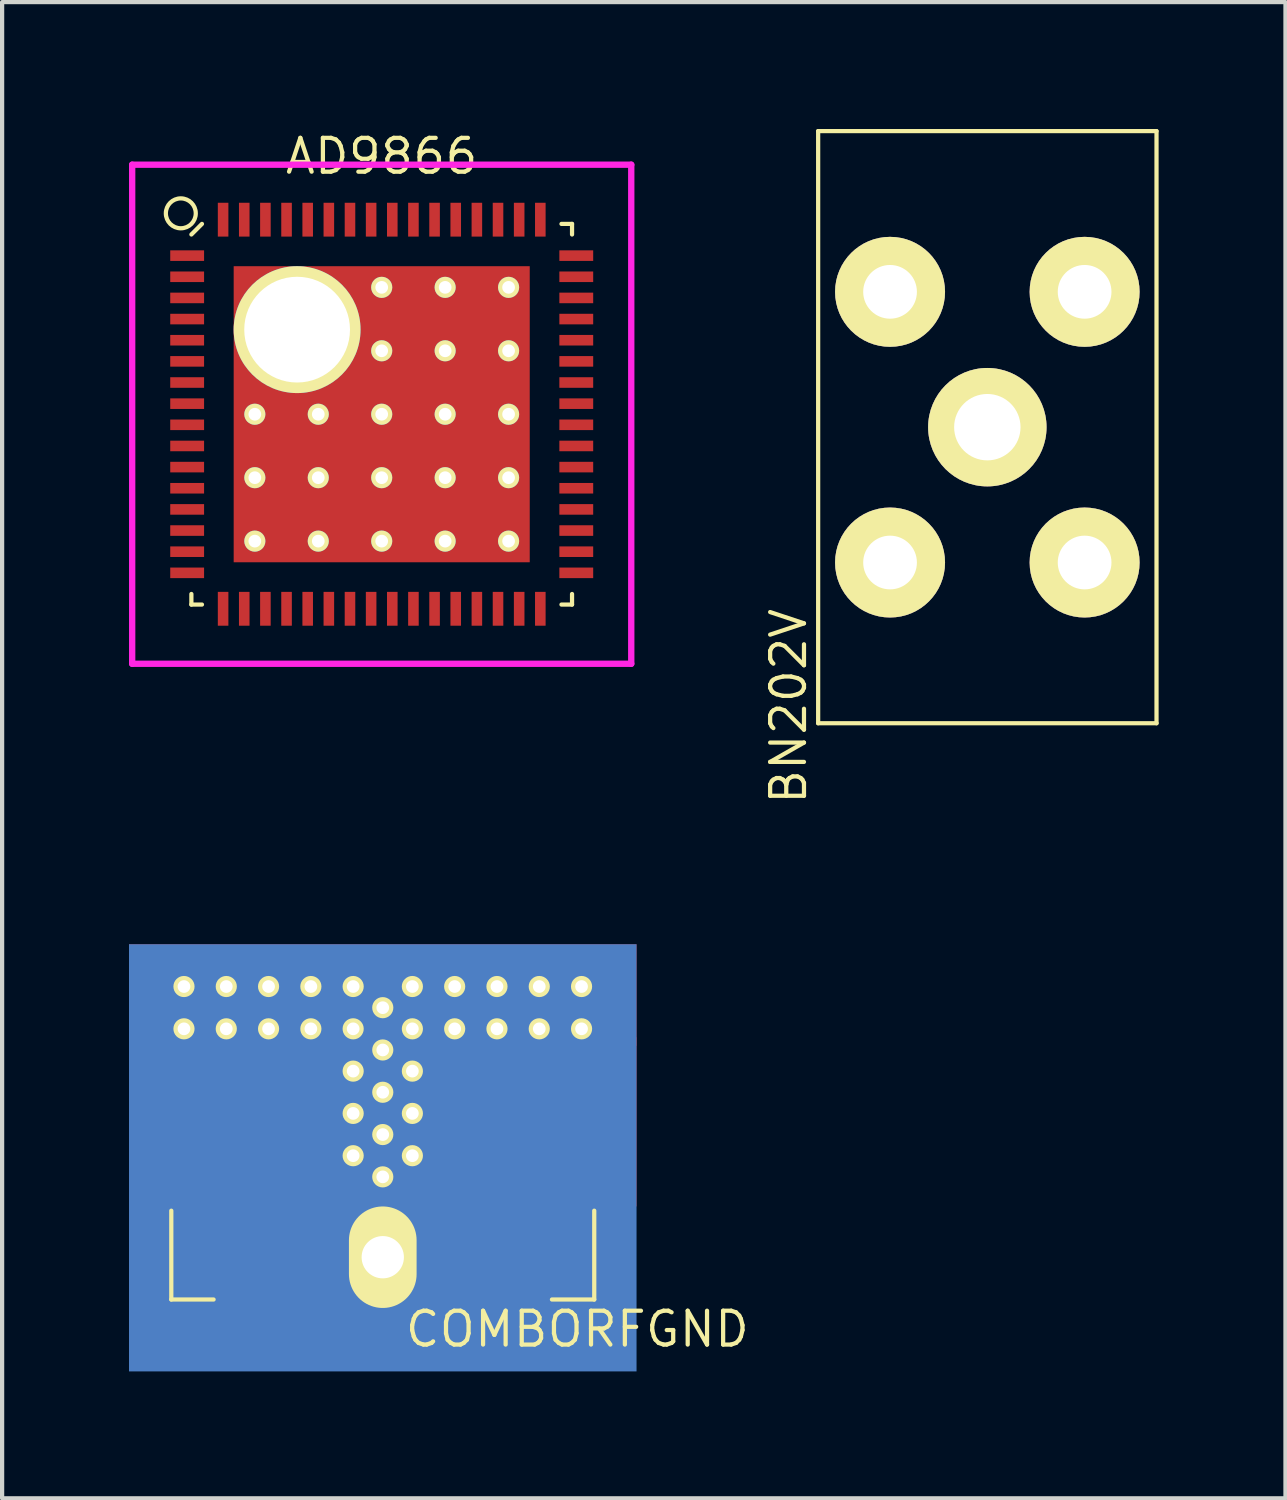
<source format=kicad_pcb>
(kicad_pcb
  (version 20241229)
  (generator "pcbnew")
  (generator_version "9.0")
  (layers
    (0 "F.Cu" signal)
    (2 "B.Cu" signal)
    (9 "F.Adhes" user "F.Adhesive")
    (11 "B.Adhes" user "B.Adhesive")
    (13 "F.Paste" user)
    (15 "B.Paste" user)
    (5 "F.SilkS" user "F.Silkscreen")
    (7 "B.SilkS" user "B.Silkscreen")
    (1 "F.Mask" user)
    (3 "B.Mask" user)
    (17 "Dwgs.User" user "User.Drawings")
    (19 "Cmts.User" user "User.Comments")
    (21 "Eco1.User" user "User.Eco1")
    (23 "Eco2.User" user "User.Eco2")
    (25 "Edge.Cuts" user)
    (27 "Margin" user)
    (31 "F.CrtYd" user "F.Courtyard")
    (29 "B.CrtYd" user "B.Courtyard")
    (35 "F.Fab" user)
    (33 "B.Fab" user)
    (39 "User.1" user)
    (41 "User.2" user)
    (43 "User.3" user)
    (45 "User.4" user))
  (footprint "AD9866"
    (layer "F.Cu")
    (at 5.975 6.744)
    (property "Reference" "AD9866" (at 0 -6.1 0) (layer "F.SilkS") (effects (font (size 0.8 0.8) (thickness 0.1))))
    (attr through_hole)
    (fp_line (start -4.5 -4.25) (end -4.25 -4.5) (stroke (width 0.1) (type solid)) (layer "F.SilkS"))
    (fp_line (start -4.5 4.5) (end -4.5 4.25) (stroke (width 0.1) (type solid)) (layer "F.SilkS"))
    (fp_line (start -4.25 4.5) (end -4.5 4.5) (stroke (width 0.1) (type solid)) (layer "F.SilkS"))
    (fp_line (start 4.25 -4.5) (end 4.5 -4.5) (stroke (width 0.1) (type solid)) (layer "F.SilkS"))
    (fp_line (start 4.25 4.5) (end 4.5 4.5) (stroke (width 0.1) (type solid)) (layer "F.SilkS"))
    (fp_line (start 4.5 -4.5) (end 4.5 -4.25) (stroke (width 0.1) (type solid)) (layer "F.SilkS"))
    (fp_line (start 4.5 4.5) (end 4.5 4.25) (stroke (width 0.1) (type solid)) (layer "F.SilkS"))
    (fp_circle (center -4.75 -4.75) (end -4.5 -4.5) (stroke (width 0.1) (type solid)) (fill no) (layer "F.SilkS"))
    (fp_line (start -5.9 -5.9) (end 5.9 -5.9) (stroke (width 0.15) (type solid)) (layer "F.CrtYd"))
    (fp_line (start -5.9 5.9) (end -5.9 -5.9) (stroke (width 0.15) (type solid)) (layer "F.CrtYd"))
    (fp_line (start 5.9 -5.9) (end 5.9 5.9) (stroke (width 0.15) (type solid)) (layer "F.CrtYd"))
    (fp_line (start 5.9 5.9) (end -5.9 5.9) (stroke (width 0.15) (type solid)) (layer "F.CrtYd"))
    (pad "1" smd rect (at -4.6 -3.75 90) (size 0.25 0.8) (layers "F.Cu" "F.Mask" "F.Paste"))
    (pad "2" smd rect (at -4.6 -3.25 90) (size 0.25 0.8) (layers "F.Cu" "F.Mask" "F.Paste"))
    (pad "3" smd rect (at -4.6 -2.75 90) (size 0.25 0.8) (layers "F.Cu" "F.Mask" "F.Paste"))
    (pad "4" smd rect (at -4.6 -2.25 90) (size 0.25 0.8) (layers "F.Cu" "F.Mask" "F.Paste"))
    (pad "5" smd rect (at -4.6 -1.75 90) (size 0.25 0.8) (layers "F.Cu" "F.Mask" "F.Paste"))
    (pad "6" smd rect (at -4.6 -1.25 90) (size 0.25 0.8) (layers "F.Cu" "F.Mask" "F.Paste"))
    (pad "7" smd rect (at -4.6 -0.75 90) (size 0.25 0.8) (layers "F.Cu" "F.Mask" "F.Paste"))
    (pad "8" smd rect (at -4.6 -0.25 90) (size 0.25 0.8) (layers "F.Cu" "F.Mask" "F.Paste"))
    (pad "9" smd rect (at -4.6 0.25 90) (size 0.25 0.8) (layers "F.Cu" "F.Mask" "F.Paste"))
    (pad "10" smd rect (at -4.6 0.75 90) (size 0.25 0.8) (layers "F.Cu" "F.Mask" "F.Paste"))
    (pad "11" smd rect (at -4.6 1.25 90) (size 0.25 0.8) (layers "F.Cu" "F.Mask" "F.Paste"))
    (pad "12" smd rect (at -4.6 1.75 90) (size 0.25 0.8) (layers "F.Cu" "F.Mask" "F.Paste"))
    (pad "13" smd rect (at -4.6 2.25 90) (size 0.25 0.8) (layers "F.Cu" "F.Mask" "F.Paste"))
    (pad "14" smd rect (at -4.6 2.75 90) (size 0.25 0.8) (layers "F.Cu" "F.Mask" "F.Paste"))
    (pad "15" smd rect (at -4.6 3.25 90) (size 0.25 0.8) (layers "F.Cu" "F.Mask" "F.Paste"))
    (pad "16" smd rect (at -4.6 3.75 90) (size 0.25 0.8) (layers "F.Cu" "F.Mask" "F.Paste"))
    (pad "17" smd rect (at -3.75 4.6) (size 0.25 0.8) (layers "F.Cu" "F.Mask" "F.Paste"))
    (pad "18" smd rect (at -3.25 4.6) (size 0.25 0.8) (layers "F.Cu" "F.Mask" "F.Paste"))
    (pad "19" smd rect (at -2.75 4.6) (size 0.25 0.8) (layers "F.Cu" "F.Mask" "F.Paste"))
    (pad "20" smd rect (at -2.25 4.6) (size 0.25 0.8) (layers "F.Cu" "F.Mask" "F.Paste"))
    (pad "21" smd rect (at -1.75 4.6) (size 0.25 0.8) (layers "F.Cu" "F.Mask" "F.Paste"))
    (pad "22" smd rect (at -1.25 4.6) (size 0.25 0.8) (layers "F.Cu" "F.Mask" "F.Paste"))
    (pad "23" smd rect (at -0.75 4.6) (size 0.25 0.8) (layers "F.Cu" "F.Mask" "F.Paste"))
    (pad "24" smd rect (at -0.25 4.6) (size 0.25 0.8) (layers "F.Cu" "F.Mask" "F.Paste"))
    (pad "25" smd rect (at 0.25 4.6) (size 0.25 0.8) (layers "F.Cu" "F.Mask" "F.Paste"))
    (pad "26" smd rect (at 0.75 4.6) (size 0.25 0.8) (layers "F.Cu" "F.Mask" "F.Paste"))
    (pad "27" smd rect (at 1.25 4.6) (size 0.25 0.8) (layers "F.Cu" "F.Mask" "F.Paste"))
    (pad "28" smd rect (at 1.75 4.6) (size 0.25 0.8) (layers "F.Cu" "F.Mask" "F.Paste"))
    (pad "29" smd rect (at 2.25 4.6) (size 0.25 0.8) (layers "F.Cu" "F.Mask" "F.Paste"))
    (pad "30" smd rect (at 2.75 4.6) (size 0.25 0.8) (layers "F.Cu" "F.Mask" "F.Paste"))
    (pad "31" smd rect (at 3.25 4.6) (size 0.25 0.8) (layers "F.Cu" "F.Mask" "F.Paste"))
    (pad "32" smd rect (at 3.75 4.6) (size 0.25 0.8) (layers "F.Cu" "F.Mask" "F.Paste"))
    (pad "33" smd rect (at 4.6 3.75 90) (size 0.25 0.8) (layers "F.Cu" "F.Mask" "F.Paste"))
    (pad "34" smd rect (at 4.6 3.25 90) (size 0.25 0.8) (layers "F.Cu" "F.Mask" "F.Paste"))
    (pad "35" smd rect (at 4.6 2.75 90) (size 0.25 0.8) (layers "F.Cu" "F.Mask" "F.Paste"))
    (pad "36" smd rect (at 4.6 2.25 90) (size 0.25 0.8) (layers "F.Cu" "F.Mask" "F.Paste"))
    (pad "37" smd rect (at 4.6 1.75 90) (size 0.25 0.8) (layers "F.Cu" "F.Mask" "F.Paste"))
    (pad "38" smd rect (at 4.6 1.25 90) (size 0.25 0.8) (layers "F.Cu" "F.Mask" "F.Paste"))
    (pad "39" smd rect (at 4.6 0.75 90) (size 0.25 0.8) (layers "F.Cu" "F.Mask" "F.Paste"))
    (pad "40" smd rect (at 4.6 0.25 90) (size 0.25 0.8) (layers "F.Cu" "F.Mask" "F.Paste"))
    (pad "41" smd rect (at 4.6 -0.25 90) (size 0.25 0.8) (layers "F.Cu" "F.Mask" "F.Paste"))
    (pad "42" smd rect (at 4.6 -0.75 90) (size 0.25 0.8) (layers "F.Cu" "F.Mask" "F.Paste"))
    (pad "43" smd rect (at 4.6 -1.25 90) (size 0.25 0.8) (layers "F.Cu" "F.Mask" "F.Paste"))
    (pad "44" smd rect (at 4.6 -1.75 90) (size 0.25 0.8) (layers "F.Cu" "F.Mask" "F.Paste"))
    (pad "45" smd rect (at 4.6 -2.25 90) (size 0.25 0.8) (layers "F.Cu" "F.Mask" "F.Paste"))
    (pad "46" smd rect (at 4.6 -2.75 90) (size 0.25 0.8) (layers "F.Cu" "F.Mask" "F.Paste"))
    (pad "47" smd rect (at 4.6 -3.25 90) (size 0.25 0.8) (layers "F.Cu" "F.Mask" "F.Paste"))
    (pad "48" smd rect (at 4.6 -3.75 90) (size 0.25 0.8) (layers "F.Cu" "F.Mask" "F.Paste"))
    (pad "49" smd rect (at 3.75 -4.6) (size 0.25 0.8) (layers "F.Cu" "F.Mask" "F.Paste"))
    (pad "50" smd rect (at 3.25 -4.6) (size 0.25 0.8) (layers "F.Cu" "F.Mask" "F.Paste"))
    (pad "51" smd rect (at 2.75 -4.6) (size 0.25 0.8) (layers "F.Cu" "F.Mask" "F.Paste"))
    (pad "52" smd rect (at 2.25 -4.6) (size 0.25 0.8) (layers "F.Cu" "F.Mask" "F.Paste"))
    (pad "53" smd rect (at 1.75 -4.6) (size 0.25 0.8) (layers "F.Cu" "F.Mask" "F.Paste"))
    (pad "54" smd rect (at 1.25 -4.6) (size 0.25 0.8) (layers "F.Cu" "F.Mask" "F.Paste"))
    (pad "55" smd rect (at 0.75 -4.6) (size 0.25 0.8) (layers "F.Cu" "F.Mask" "F.Paste"))
    (pad "56" smd rect (at 0.25 -4.6) (size 0.25 0.8) (layers "F.Cu" "F.Mask" "F.Paste"))
    (pad "57" smd rect (at -0.25 -4.6) (size 0.25 0.8) (layers "F.Cu" "F.Mask" "F.Paste"))
    (pad "58" smd rect (at -0.75 -4.6) (size 0.25 0.8) (layers "F.Cu" "F.Mask" "F.Paste"))
    (pad "59" smd rect (at -1.25 -4.6) (size 0.25 0.8) (layers "F.Cu" "F.Mask" "F.Paste"))
    (pad "60" smd rect (at -1.75 -4.6) (size 0.25 0.8) (layers "F.Cu" "F.Mask" "F.Paste"))
    (pad "61" smd rect (at -2.25 -4.6) (size 0.25 0.8) (layers "F.Cu" "F.Mask" "F.Paste"))
    (pad "62" smd rect (at -2.75 -4.6) (size 0.25 0.8) (layers "F.Cu" "F.Mask" "F.Paste"))
    (pad "63" smd rect (at -3.25 -4.6) (size 0.25 0.8) (layers "F.Cu" "F.Mask" "F.Paste"))
    (pad "64" smd rect (at -3.75 -4.6) (size 0.25 0.8) (layers "F.Cu" "F.Mask" "F.Paste"))
    (pad "65" thru_hole circle (at -3 0) (size 0.5 0.5) (drill 0.3) (layers "*.Cu" "*.Mask" "F.SilkS"))
    (pad "65" thru_hole circle (at -3 1.5) (size 0.5 0.5) (drill 0.3) (layers "*.Cu" "*.Mask" "F.SilkS"))
    (pad "65" thru_hole circle (at -3 3) (size 0.5 0.5) (drill 0.3) (layers "*.Cu" "*.Mask" "F.SilkS"))
    (pad "65" thru_hole circle (at -2 -2) (size 3 3) (drill 2.5) (layers "*.Cu" "*.Mask" "F.SilkS"))
    (pad "65" smd rect (at -1.75 -1.75) (size 2.5 2.5) (layers "F.Cu" "F.Mask" "F.Paste"))
    (pad "65" smd rect (at -1.75 1.75) (size 2.5 2.5) (layers "F.Cu" "F.Mask" "F.Paste"))
    (pad "65" thru_hole circle (at -1.5 0) (size 0.5 0.5) (drill 0.3) (layers "*.Cu" "*.Mask" "F.SilkS"))
    (pad "65" thru_hole circle (at -1.5 1.5) (size 0.5 0.5) (drill 0.3) (layers "*.Cu" "*.Mask" "F.SilkS"))
    (pad "65" thru_hole circle (at -1.5 3) (size 0.5 0.5) (drill 0.3) (layers "*.Cu" "*.Mask" "F.SilkS"))
    (pad "65" thru_hole circle (at 0 -3) (size 0.5 0.5) (drill 0.3) (layers "*.Cu" "*.Mask" "F.SilkS"))
    (pad "65" thru_hole circle (at 0 -1.5) (size 0.5 0.5) (drill 0.3) (layers "*.Cu" "*.Mask" "F.SilkS"))
    (pad "65" thru_hole circle (at 0 0) (size 0.5 0.5) (drill 0.3) (layers "*.Cu" "*.Mask" "F.SilkS"))
    (pad "65" smd rect (at 0 0) (size 7 7) (layers "F.Cu" "F.Mask"))
    (pad "65" thru_hole circle (at 0 1.5) (size 0.5 0.5) (drill 0.3) (layers "*.Cu" "*.Mask" "F.SilkS"))
    (pad "65" thru_hole circle (at 0 3) (size 0.5 0.5) (drill 0.3) (layers "*.Cu" "*.Mask" "F.SilkS"))
    (pad "65" thru_hole circle (at 1.5 -3) (size 0.5 0.5) (drill 0.3) (layers "*.Cu" "*.Mask" "F.SilkS"))
    (pad "65" thru_hole circle (at 1.5 -1.5) (size 0.5 0.5) (drill 0.3) (layers "*.Cu" "*.Mask" "F.SilkS"))
    (pad "65" thru_hole circle (at 1.5 0) (size 0.5 0.5) (drill 0.3) (layers "*.Cu" "*.Mask" "F.SilkS"))
    (pad "65" thru_hole circle (at 1.5 1.5) (size 0.5 0.5) (drill 0.3) (layers "*.Cu" "*.Mask" "F.SilkS"))
    (pad "65" thru_hole circle (at 1.5 3) (size 0.5 0.5) (drill 0.3) (layers "*.Cu" "*.Mask" "F.SilkS"))
    (pad "65" smd rect (at 1.75 -1.75) (size 2.5 2.5) (layers "F.Cu" "F.Mask" "F.Paste"))
    (pad "65" smd rect (at 1.75 1.75) (size 2.5 2.5) (layers "F.Cu" "F.Mask" "F.Paste"))
    (pad "65" thru_hole circle (at 3 -3) (size 0.5 0.5) (drill 0.3) (layers "*.Cu" "*.Mask" "F.SilkS"))
    (pad "65" thru_hole circle (at 3 -1.5) (size 0.5 0.5) (drill 0.3) (layers "*.Cu" "*.Mask" "F.SilkS"))
    (pad "65" thru_hole circle (at 3 0) (size 0.5 0.5) (drill 0.3) (layers "*.Cu" "*.Mask" "F.SilkS"))
    (pad "65" thru_hole circle (at 3 1.5) (size 0.5 0.5) (drill 0.3) (layers "*.Cu" "*.Mask" "F.SilkS"))
    (pad "65" thru_hole circle (at 3 3) (size 0.5 0.5) (drill 0.3) (layers "*.Cu" "*.Mask" "F.SilkS")))
  (footprint "BN202V"
    (layer "F.Cu")
    (at 20.294 7.05)
    (property "Reference" "BN202V" (at -4.7 6.6 90) (layer "F.SilkS") (effects (font (size 0.8 0.8) (thickness 0.1))))
    (attr through_hole)
    (fp_line (start -4 -7) (end -4 7) (stroke (width 0.1) (type solid)) (layer "F.SilkS"))
    (fp_line (start -4 7) (end 4 7) (stroke (width 0.1) (type solid)) (layer "F.SilkS"))
    (fp_line (start 4 -7) (end -4 -7) (stroke (width 0.1) (type solid)) (layer "F.SilkS"))
    (fp_line (start 4 7) (end 4 -7) (stroke (width 0.1) (type solid)) (layer "F.SilkS"))
    (pad "1" thru_hole circle (at -2.3 3.2) (size 2.6 2.6) (drill 1.27) (layers "*.Cu" "*.Mask" "F.SilkS"))
    (pad "2" thru_hole circle (at 0 0) (size 2.8 2.8) (drill 1.57) (layers "*.Cu" "*.Mask" "F.SilkS"))
    (pad "3" thru_hole circle (at -2.3 -3.2) (size 2.6 2.6) (drill 1.27) (layers "*.Cu" "*.Mask" "F.SilkS"))
    (pad "4" thru_hole circle (at 2.3 -3.2) (size 2.6 2.6) (drill 1.27) (layers "*.Cu" "*.Mask" "F.SilkS"))
    (pad "5" thru_hole circle (at 2.3 3.2) (size 2.6 2.6) (drill 1.27) (layers "*.Cu" "*.Mask" "F.SilkS")))
  (footprint "COMBORFGND"
    (layer "F.Cu")
    (at 6 19.275)
    (property "Reference" "COMBORFGND" (at 4.6 9.1 180) (layer "F.SilkS") (effects (font (size 0.8 0.8) (thickness 0.1))))
    (attr through_hole)
    (fp_line (start -5 8.4) (end -5 6.3) (stroke (width 0.1) (type solid)) (layer "F.SilkS"))
    (fp_line (start -5 8.4) (end -4 8.4) (stroke (width 0.1) (type solid)) (layer "F.SilkS"))
    (fp_line (start 4 8.4) (end 5 8.4) (stroke (width 0.1) (type solid)) (layer "F.SilkS"))
    (fp_line (start 5 8.4) (end 5 6.3) (stroke (width 0.1) (type solid)) (layer "F.SilkS"))
    (pad "1" smd rect (at -3 6.2 180) (size 2 4.8) (layers "F.Cu" "F.Mask" "F.Paste"))
    (pad "1" smd rect (at -1.6 6.3) (size 0.9 1.25) (layers "F.Cu" "F.Mask" "F.Paste"))
    (pad "2" smd rect (at -5.5 4.2 180) (size 1 4) (layers "F.Cu" "F.Mask" "F.Paste"))
    (pad "2" thru_hole circle (at -4.7 1 180) (size 0.5 0.5) (drill 0.3) (layers "*.Cu" "*.Mask" "F.SilkS"))
    (pad "2" thru_hole circle (at -4.7 2 180) (size 0.5 0.5) (drill 0.3) (layers "*.Cu" "*.Mask" "F.SilkS"))
    (pad "2" thru_hole circle (at -3.7 1 180) (size 0.5 0.5) (drill 0.3) (layers "*.Cu" "*.Mask" "F.SilkS"))
    (pad "2" thru_hole circle (at -3.7 2 180) (size 0.5 0.5) (drill 0.3) (layers "*.Cu" "*.Mask" "F.SilkS"))
    (pad "2" thru_hole circle (at -2.7 1 180) (size 0.5 0.5) (drill 0.3) (layers "*.Cu" "*.Mask" "F.SilkS"))
    (pad "2" thru_hole circle (at -2.7 2 180) (size 0.5 0.5) (drill 0.3) (layers "*.Cu" "*.Mask" "F.SilkS"))
    (pad "2" thru_hole circle (at -1.7 1 180) (size 0.5 0.5) (drill 0.3) (layers "*.Cu" "*.Mask" "F.SilkS"))
    (pad "2" thru_hole circle (at -1.7 2 180) (size 0.5 0.5) (drill 0.3) (layers "*.Cu" "*.Mask" "F.SilkS"))
    (pad "2" thru_hole circle (at -0.7 1 180) (size 0.5 0.5) (drill 0.3) (layers "*.Cu" "*.Mask" "F.SilkS"))
    (pad "2" thru_hole circle (at -0.7 2 180) (size 0.5 0.5) (drill 0.3) (layers "*.Cu" "*.Mask" "F.SilkS"))
    (pad "2" thru_hole circle (at -0.7 3 180) (size 0.5 0.5) (drill 0.3) (layers "*.Cu" "*.Mask" "F.SilkS"))
    (pad "2" thru_hole circle (at -0.7 4 180) (size 0.5 0.5) (drill 0.3) (layers "*.Cu" "*.Mask" "F.SilkS"))
    (pad "2" thru_hole circle (at -0.7 5 180) (size 0.5 0.5) (drill 0.3) (layers "*.Cu" "*.Mask" "F.SilkS"))
    (pad "2" smd rect (at 0 1.2 180) (size 12 2.4) (layers "F.Cu" "F.Mask" "F.Paste"))
    (pad "2" thru_hole circle (at 0 1.5 180) (size 0.5 0.5) (drill 0.3) (layers "*.Cu" "*.Mask" "F.SilkS"))
    (pad "2" thru_hole circle (at 0 2.5 180) (size 0.5 0.5) (drill 0.3) (layers "*.Cu" "*.Mask" "F.SilkS"))
    (pad "2" smd rect (at 0 3) (size 1.9 4.28) (layers "F.Cu" "F.Mask" "F.Paste"))
    (pad "2" thru_hole circle (at 0 3.5 180) (size 0.5 0.5) (drill 0.3) (layers "*.Cu" "*.Mask" "F.SilkS"))
    (pad "2" thru_hole circle (at 0 4.5 180) (size 0.5 0.5) (drill 0.3) (layers "*.Cu" "*.Mask" "F.SilkS"))
    (pad "2" smd rect (at 0 5.05 180) (size 12 10.1) (layers "B.Cu" "B.Mask" "B.Paste"))
    (pad "2" smd trapezoid (at 0 5.4 180) (size 1.375 0.525) (rect_delta 0 0.525) (layers "F.Cu" "F.Mask" "F.Paste"))
    (pad "2" thru_hole circle (at 0 5.5 180) (size 0.5 0.5) (drill 0.3) (layers "*.Cu" "*.Mask" "F.SilkS"))
    (pad "2" smd rect (at 0 6.3) (size 0.7 1.4) (layers "F.Cu" "F.Mask" "F.Paste"))
    (pad "2" thru_hole oval (at 0 7.4 180) (size 1.6 2.4) (drill 1) (layers "*.Cu" "*.Mask" "F.SilkS"))
    (pad "2" thru_hole circle (at 0.7 1 180) (size 0.5 0.5) (drill 0.3) (layers "*.Cu" "*.Mask" "F.SilkS"))
    (pad "2" thru_hole circle (at 0.7 2 180) (size 0.5 0.5) (drill 0.3) (layers "*.Cu" "*.Mask" "F.SilkS"))
    (pad "2" thru_hole circle (at 0.7 3 180) (size 0.5 0.5) (drill 0.3) (layers "*.Cu" "*.Mask" "F.SilkS"))
    (pad "2" thru_hole circle (at 0.7 4 180) (size 0.5 0.5) (drill 0.3) (layers "*.Cu" "*.Mask" "F.SilkS"))
    (pad "2" thru_hole circle (at 0.7 5 180) (size 0.5 0.5) (drill 0.3) (layers "*.Cu" "*.Mask" "F.SilkS"))
    (pad "2" thru_hole circle (at 1.7 1 180) (size 0.5 0.5) (drill 0.3) (layers "*.Cu" "*.Mask" "F.SilkS"))
    (pad "2" thru_hole circle (at 1.7 2 180) (size 0.5 0.5) (drill 0.3) (layers "*.Cu" "*.Mask" "F.SilkS"))
    (pad "2" thru_hole circle (at 2.7 1 180) (size 0.5 0.5) (drill 0.3) (layers "*.Cu" "*.Mask" "F.SilkS"))
    (pad "2" thru_hole circle (at 2.7 2 180) (size 0.5 0.5) (drill 0.3) (layers "*.Cu" "*.Mask" "F.SilkS"))
    (pad "2" thru_hole circle (at 3.7 1 180) (size 0.5 0.5) (drill 0.3) (layers "*.Cu" "*.Mask" "F.SilkS"))
    (pad "2" thru_hole circle (at 3.7 2 180) (size 0.5 0.5) (drill 0.3) (layers "*.Cu" "*.Mask" "F.SilkS"))
    (pad "2" thru_hole circle (at 4.7 1 180) (size 0.5 0.5) (drill 0.3) (layers "*.Cu" "*.Mask" "F.SilkS"))
    (pad "2" thru_hole circle (at 4.7 2 180) (size 0.5 0.5) (drill 0.3) (layers "*.Cu" "*.Mask" "F.SilkS"))
    (pad "2" smd rect (at 5.5 4.2 180) (size 1 4) (layers "F.Cu" "F.Mask" "F.Paste"))
    (pad "3" smd rect (at 1.6 6.3) (size 0.9 1.25) (layers "F.Cu" "F.Mask" "F.Paste"))
    (pad "3" smd rect (at 3 6.2 180) (size 2 4.8) (layers "F.Cu" "F.Mask" "F.Paste")))
  (gr_rect
    (start -3 -3)
    (end 27.343 32.375)
    (stroke (width 0.1) (type default))
    (fill no)
    (layer "Edge.Cuts")))
</source>
